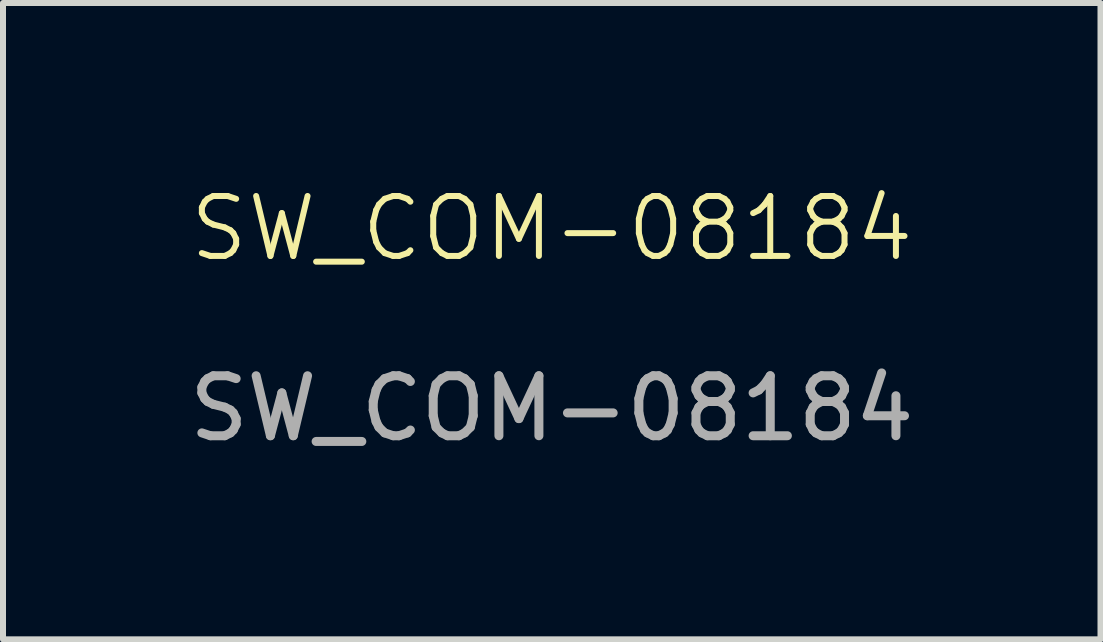
<source format=kicad_pcb>
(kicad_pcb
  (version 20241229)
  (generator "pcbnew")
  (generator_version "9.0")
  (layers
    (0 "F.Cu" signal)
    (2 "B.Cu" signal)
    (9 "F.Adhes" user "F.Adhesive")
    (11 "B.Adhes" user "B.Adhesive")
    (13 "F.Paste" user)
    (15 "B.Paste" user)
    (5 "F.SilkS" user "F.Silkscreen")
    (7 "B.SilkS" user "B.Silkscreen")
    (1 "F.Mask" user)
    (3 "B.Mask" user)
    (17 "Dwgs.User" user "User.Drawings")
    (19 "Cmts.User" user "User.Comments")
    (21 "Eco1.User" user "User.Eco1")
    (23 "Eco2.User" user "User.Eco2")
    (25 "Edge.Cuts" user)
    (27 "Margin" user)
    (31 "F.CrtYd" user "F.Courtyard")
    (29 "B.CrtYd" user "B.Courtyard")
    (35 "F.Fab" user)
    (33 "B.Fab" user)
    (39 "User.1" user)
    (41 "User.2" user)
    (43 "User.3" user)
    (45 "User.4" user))
  (footprint "SW_COM-08184"
    (layer "F.Cu")
    (at 6.149 1.26)
    (property "Reference" "SW_COM-08184" (at 0 -0.5 0) (unlocked yes) (layer "F.SilkS") (effects (font (size 1 1) (thickness 0.1))))
    (attr smd)
    (fp_text user "${REFERENCE}" (at 0 2.5 0) (unlocked yes) (layer "F.Fab") (effects (font (size 1 1) (thickness 0.15)))))
  (gr_rect
    (start -3 -3)
    (end 15.298 7.609)
    (stroke (width 0.1) (type default))
    (fill no)
    (layer "Edge.Cuts")))
</source>
